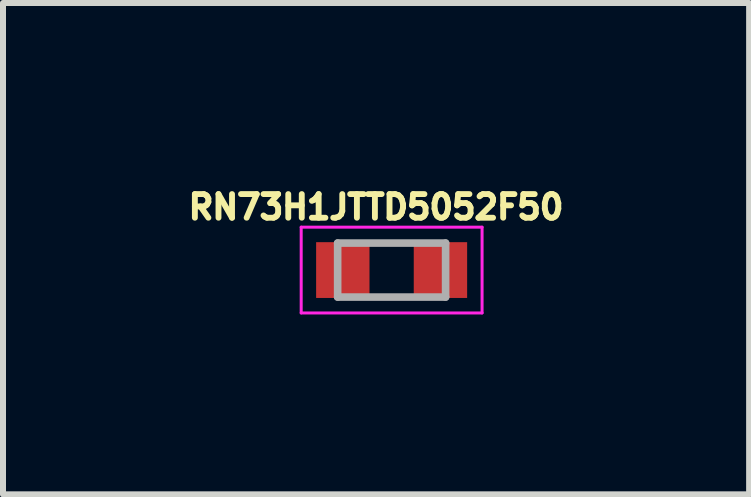
<source format=kicad_pcb>
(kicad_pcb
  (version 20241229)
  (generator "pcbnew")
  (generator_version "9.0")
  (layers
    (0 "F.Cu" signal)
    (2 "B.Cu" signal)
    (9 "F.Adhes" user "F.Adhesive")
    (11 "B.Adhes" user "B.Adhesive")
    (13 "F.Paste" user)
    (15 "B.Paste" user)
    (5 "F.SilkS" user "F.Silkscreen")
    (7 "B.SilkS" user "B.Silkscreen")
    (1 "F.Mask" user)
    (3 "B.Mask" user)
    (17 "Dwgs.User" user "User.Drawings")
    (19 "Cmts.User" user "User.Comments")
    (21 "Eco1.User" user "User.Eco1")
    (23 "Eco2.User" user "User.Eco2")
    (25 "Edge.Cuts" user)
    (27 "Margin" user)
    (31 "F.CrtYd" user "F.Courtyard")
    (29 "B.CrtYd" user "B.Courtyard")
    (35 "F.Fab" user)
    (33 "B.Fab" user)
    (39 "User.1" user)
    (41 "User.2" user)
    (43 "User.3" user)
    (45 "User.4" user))
  (footprint "RN73H1JTTD5052F50"
    (layer "F.Cu")
    (at 3.48 1.453)
    (property "Reference" "RN73H1JTTD5052F50" (at -0.26 -1.05 0) (layer "F.SilkS") (effects (font (size 0.394 0.394) (thickness 0.098))))
    (attr smd)
    (fp_line (start -1.508 -0.715) (end 1.508 -0.715) (stroke (width 0.05) (type solid)) (layer "F.CrtYd"))
    (fp_line (start -1.508 0.715) (end -1.508 -0.715) (stroke (width 0.05) (type solid)) (layer "F.CrtYd"))
    (fp_line (start -1.508 0.715) (end 1.508 0.715) (stroke (width 0.05) (type solid)) (layer "F.CrtYd"))
    (fp_line (start 1.508 0.715) (end 1.508 -0.715) (stroke (width 0.05) (type solid)) (layer "F.CrtYd"))
    (fp_line (start -0.9 0.45) (end -0.9 -0.45) (stroke (width 0.127) (type solid)) (layer "F.Fab"))
    (fp_line (start 0.9 -0.45) (end -0.9 -0.45) (stroke (width 0.127) (type solid)) (layer "F.Fab"))
    (fp_line (start 0.9 0.45) (end -0.9 0.45) (stroke (width 0.127) (type solid)) (layer "F.Fab"))
    (fp_line (start 0.9 0.45) (end 0.9 -0.45) (stroke (width 0.127) (type solid)) (layer "F.Fab"))
    (pad "1" smd rect (at -0.814 0) (size 0.89 0.93) (layers "F.Cu" "F.Mask" "F.Paste"))
    (pad "2" smd rect (at 0.814 0) (size 0.89 0.93) (layers "F.Cu" "F.Mask" "F.Paste")))
  (gr_rect
    (start -3 -3)
    (end 9.441 5.193)
    (stroke (width 0.1) (type default))
    (fill no)
    (layer "Edge.Cuts")))
</source>
